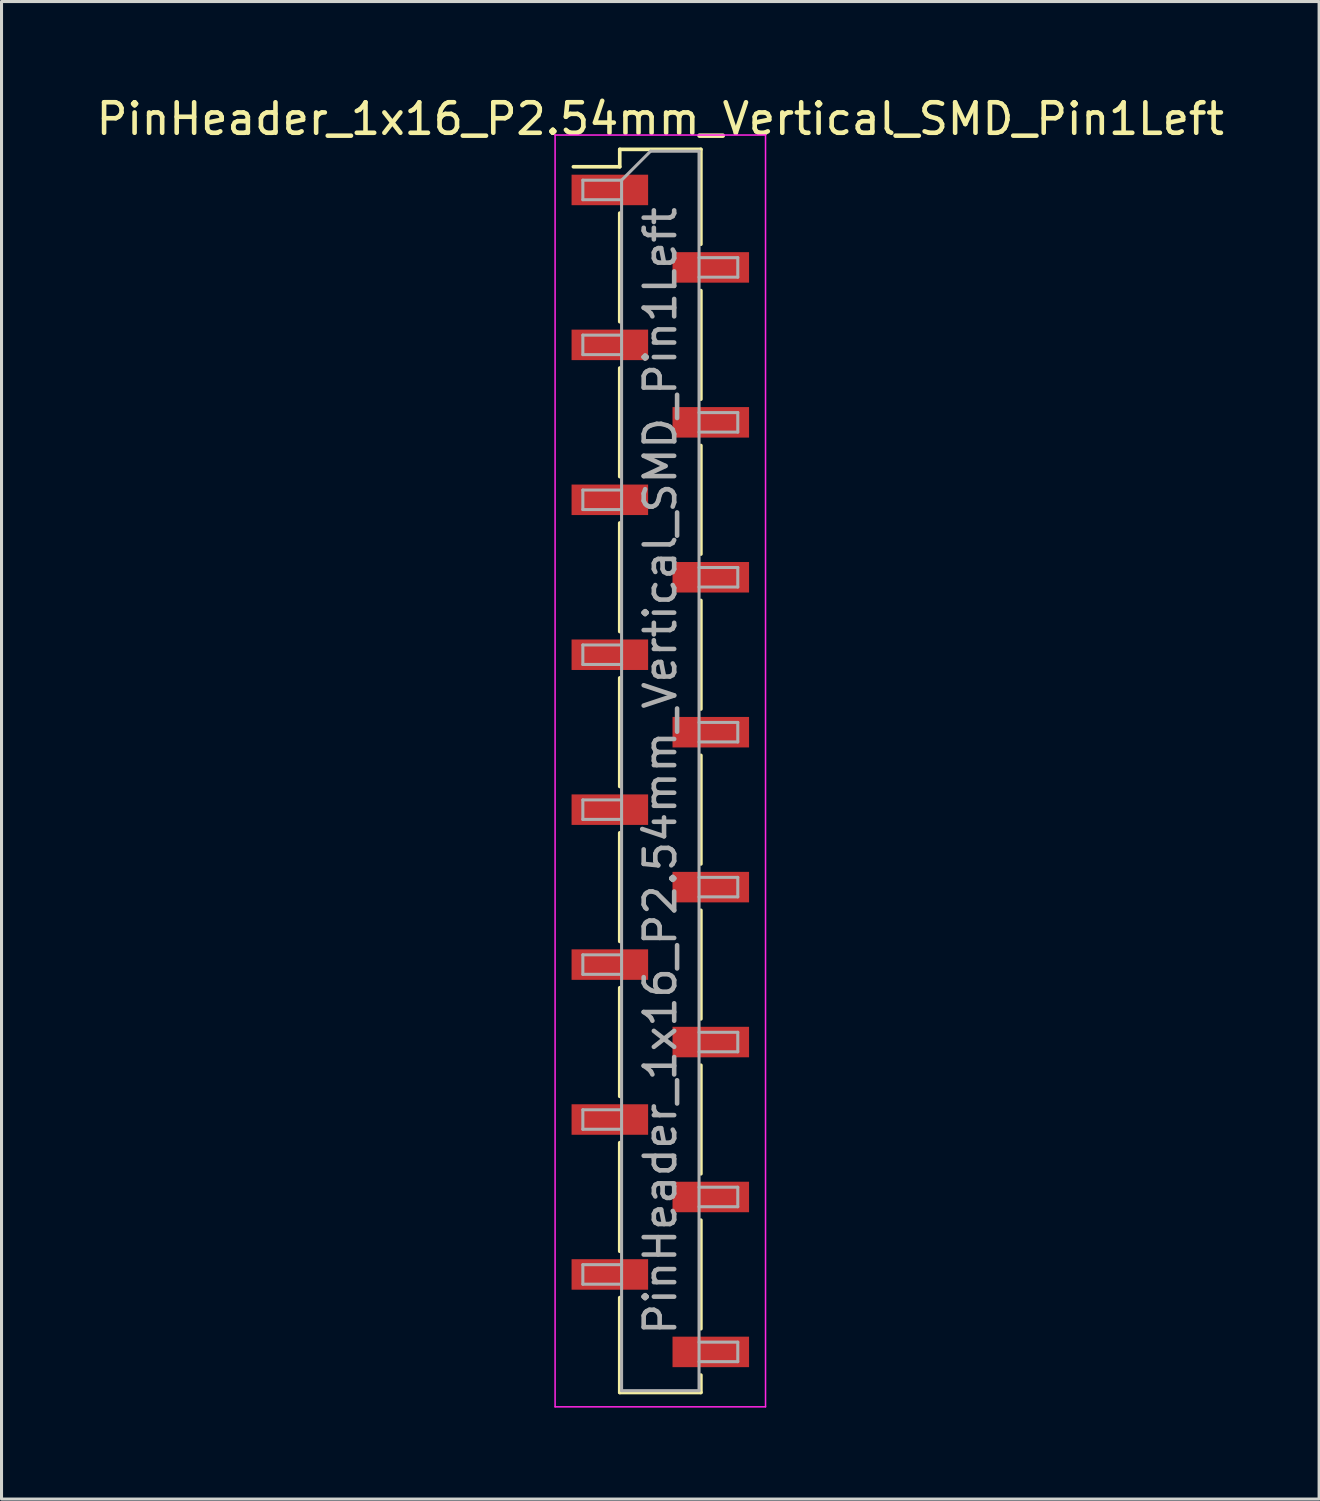
<source format=kicad_pcb>
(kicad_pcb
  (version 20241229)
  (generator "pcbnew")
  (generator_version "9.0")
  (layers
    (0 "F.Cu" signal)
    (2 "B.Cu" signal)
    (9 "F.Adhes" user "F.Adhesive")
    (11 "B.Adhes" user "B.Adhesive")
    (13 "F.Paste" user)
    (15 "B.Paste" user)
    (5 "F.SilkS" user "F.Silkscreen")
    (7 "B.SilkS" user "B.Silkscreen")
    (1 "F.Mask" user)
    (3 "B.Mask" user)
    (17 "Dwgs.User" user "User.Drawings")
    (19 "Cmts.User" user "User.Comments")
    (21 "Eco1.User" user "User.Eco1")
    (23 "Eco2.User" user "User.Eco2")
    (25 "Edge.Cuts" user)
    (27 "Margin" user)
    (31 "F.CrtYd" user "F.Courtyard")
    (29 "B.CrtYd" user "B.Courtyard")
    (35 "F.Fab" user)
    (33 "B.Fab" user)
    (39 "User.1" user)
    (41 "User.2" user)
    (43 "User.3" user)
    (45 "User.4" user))
  (footprint "PinHeader_1x16_P2.54mm_Vertical_SMD_Pin1Left"
    (layer "F.Cu")
    (at 18.601 22.228)
    (property "Reference" "PinHeader_1x16_P2.54mm_Vertical_SMD_Pin1Left" (at 0 -21.38 0) (layer "F.SilkS") (effects (font (size 1 1) (thickness 0.15))))
    (attr smd)
    (fp_line (start -1.33 -20.38) (end -1.33 -19.81) (stroke (width 0.12) (type solid)) (layer "F.SilkS"))
    (fp_line (start -1.33 -20.38) (end 1.33 -20.38) (stroke (width 0.12) (type solid)) (layer "F.SilkS"))
    (fp_line (start -1.33 -19.81) (end -2.85 -19.81) (stroke (width 0.12) (type solid)) (layer "F.SilkS"))
    (fp_line (start -1.33 -18.29) (end -1.33 -14.73) (stroke (width 0.12) (type solid)) (layer "F.SilkS"))
    (fp_line (start -1.33 -13.21) (end -1.33 -9.65) (stroke (width 0.12) (type solid)) (layer "F.SilkS"))
    (fp_line (start -1.33 -8.13) (end -1.33 -4.57) (stroke (width 0.12) (type solid)) (layer "F.SilkS"))
    (fp_line (start -1.33 -3.05) (end -1.33 0.51) (stroke (width 0.12) (type solid)) (layer "F.SilkS"))
    (fp_line (start -1.33 2.03) (end -1.33 5.59) (stroke (width 0.12) (type solid)) (layer "F.SilkS"))
    (fp_line (start -1.33 7.11) (end -1.33 10.67) (stroke (width 0.12) (type solid)) (layer "F.SilkS"))
    (fp_line (start -1.33 12.19) (end -1.33 15.75) (stroke (width 0.12) (type solid)) (layer "F.SilkS"))
    (fp_line (start -1.33 17.27) (end -1.33 20.38) (stroke (width 0.12) (type solid)) (layer "F.SilkS"))
    (fp_line (start -1.33 20.38) (end 1.33 20.38) (stroke (width 0.12) (type solid)) (layer "F.SilkS"))
    (fp_line (start 1.33 -20.38) (end 1.33 -17.27) (stroke (width 0.12) (type solid)) (layer "F.SilkS"))
    (fp_line (start 1.33 -15.75) (end 1.33 -12.19) (stroke (width 0.12) (type solid)) (layer "F.SilkS"))
    (fp_line (start 1.33 -10.67) (end 1.33 -7.11) (stroke (width 0.12) (type solid)) (layer "F.SilkS"))
    (fp_line (start 1.33 -5.59) (end 1.33 -2.03) (stroke (width 0.12) (type solid)) (layer "F.SilkS"))
    (fp_line (start 1.33 -0.51) (end 1.33 3.05) (stroke (width 0.12) (type solid)) (layer "F.SilkS"))
    (fp_line (start 1.33 4.57) (end 1.33 8.13) (stroke (width 0.12) (type solid)) (layer "F.SilkS"))
    (fp_line (start 1.33 9.65) (end 1.33 13.21) (stroke (width 0.12) (type solid)) (layer "F.SilkS"))
    (fp_line (start 1.33 14.73) (end 1.33 18.29) (stroke (width 0.12) (type solid)) (layer "F.SilkS"))
    (fp_line (start 1.33 19.81) (end 1.33 20.38) (stroke (width 0.12) (type solid)) (layer "F.SilkS"))
    (fp_line (start -3.45 -20.85) (end -3.45 20.85) (stroke (width 0.05) (type solid)) (layer "F.CrtYd"))
    (fp_line (start -3.45 20.85) (end 3.45 20.85) (stroke (width 0.05) (type solid)) (layer "F.CrtYd"))
    (fp_line (start 3.45 -20.85) (end -3.45 -20.85) (stroke (width 0.05) (type solid)) (layer "F.CrtYd"))
    (fp_line (start 3.45 20.85) (end 3.45 -20.85) (stroke (width 0.05) (type solid)) (layer "F.CrtYd"))
    (fp_line (start -2.54 -19.37) (end -2.54 -18.73) (stroke (width 0.1) (type solid)) (layer "F.Fab"))
    (fp_line (start -2.54 -18.73) (end -1.27 -18.73) (stroke (width 0.1) (type solid)) (layer "F.Fab"))
    (fp_line (start -2.54 -14.29) (end -2.54 -13.65) (stroke (width 0.1) (type solid)) (layer "F.Fab"))
    (fp_line (start -2.54 -13.65) (end -1.27 -13.65) (stroke (width 0.1) (type solid)) (layer "F.Fab"))
    (fp_line (start -2.54 -9.21) (end -2.54 -8.57) (stroke (width 0.1) (type solid)) (layer "F.Fab"))
    (fp_line (start -2.54 -8.57) (end -1.27 -8.57) (stroke (width 0.1) (type solid)) (layer "F.Fab"))
    (fp_line (start -2.54 -4.13) (end -2.54 -3.49) (stroke (width 0.1) (type solid)) (layer "F.Fab"))
    (fp_line (start -2.54 -3.49) (end -1.27 -3.49) (stroke (width 0.1) (type solid)) (layer "F.Fab"))
    (fp_line (start -2.54 0.95) (end -2.54 1.59) (stroke (width 0.1) (type solid)) (layer "F.Fab"))
    (fp_line (start -2.54 1.59) (end -1.27 1.59) (stroke (width 0.1) (type solid)) (layer "F.Fab"))
    (fp_line (start -2.54 6.03) (end -2.54 6.67) (stroke (width 0.1) (type solid)) (layer "F.Fab"))
    (fp_line (start -2.54 6.67) (end -1.27 6.67) (stroke (width 0.1) (type solid)) (layer "F.Fab"))
    (fp_line (start -2.54 11.11) (end -2.54 11.75) (stroke (width 0.1) (type solid)) (layer "F.Fab"))
    (fp_line (start -2.54 11.75) (end -1.27 11.75) (stroke (width 0.1) (type solid)) (layer "F.Fab"))
    (fp_line (start -2.54 16.19) (end -2.54 16.83) (stroke (width 0.1) (type solid)) (layer "F.Fab"))
    (fp_line (start -2.54 16.83) (end -1.27 16.83) (stroke (width 0.1) (type solid)) (layer "F.Fab"))
    (fp_line (start -1.27 -19.37) (end -2.54 -19.37) (stroke (width 0.1) (type solid)) (layer "F.Fab"))
    (fp_line (start -1.27 -19.37) (end -0.32 -20.32) (stroke (width 0.1) (type solid)) (layer "F.Fab"))
    (fp_line (start -1.27 -14.29) (end -2.54 -14.29) (stroke (width 0.1) (type solid)) (layer "F.Fab"))
    (fp_line (start -1.27 -9.21) (end -2.54 -9.21) (stroke (width 0.1) (type solid)) (layer "F.Fab"))
    (fp_line (start -1.27 -4.13) (end -2.54 -4.13) (stroke (width 0.1) (type solid)) (layer "F.Fab"))
    (fp_line (start -1.27 0.95) (end -2.54 0.95) (stroke (width 0.1) (type solid)) (layer "F.Fab"))
    (fp_line (start -1.27 6.03) (end -2.54 6.03) (stroke (width 0.1) (type solid)) (layer "F.Fab"))
    (fp_line (start -1.27 11.11) (end -2.54 11.11) (stroke (width 0.1) (type solid)) (layer "F.Fab"))
    (fp_line (start -1.27 16.19) (end -2.54 16.19) (stroke (width 0.1) (type solid)) (layer "F.Fab"))
    (fp_line (start -1.27 20.32) (end -1.27 -19.37) (stroke (width 0.1) (type solid)) (layer "F.Fab"))
    (fp_line (start -0.32 -20.32) (end 1.27 -20.32) (stroke (width 0.1) (type solid)) (layer "F.Fab"))
    (fp_line (start 1.27 -20.32) (end 1.27 20.32) (stroke (width 0.1) (type solid)) (layer "F.Fab"))
    (fp_line (start 1.27 -16.83) (end 2.54 -16.83) (stroke (width 0.1) (type solid)) (layer "F.Fab"))
    (fp_line (start 1.27 -11.75) (end 2.54 -11.75) (stroke (width 0.1) (type solid)) (layer "F.Fab"))
    (fp_line (start 1.27 -6.67) (end 2.54 -6.67) (stroke (width 0.1) (type solid)) (layer "F.Fab"))
    (fp_line (start 1.27 -1.59) (end 2.54 -1.59) (stroke (width 0.1) (type solid)) (layer "F.Fab"))
    (fp_line (start 1.27 3.49) (end 2.54 3.49) (stroke (width 0.1) (type solid)) (layer "F.Fab"))
    (fp_line (start 1.27 8.57) (end 2.54 8.57) (stroke (width 0.1) (type solid)) (layer "F.Fab"))
    (fp_line (start 1.27 13.65) (end 2.54 13.65) (stroke (width 0.1) (type solid)) (layer "F.Fab"))
    (fp_line (start 1.27 18.73) (end 2.54 18.73) (stroke (width 0.1) (type solid)) (layer "F.Fab"))
    (fp_line (start 1.27 20.32) (end -1.27 20.32) (stroke (width 0.1) (type solid)) (layer "F.Fab"))
    (fp_line (start 2.54 -16.83) (end 2.54 -16.19) (stroke (width 0.1) (type solid)) (layer "F.Fab"))
    (fp_line (start 2.54 -16.19) (end 1.27 -16.19) (stroke (width 0.1) (type solid)) (layer "F.Fab"))
    (fp_line (start 2.54 -11.75) (end 2.54 -11.11) (stroke (width 0.1) (type solid)) (layer "F.Fab"))
    (fp_line (start 2.54 -11.11) (end 1.27 -11.11) (stroke (width 0.1) (type solid)) (layer "F.Fab"))
    (fp_line (start 2.54 -6.67) (end 2.54 -6.03) (stroke (width 0.1) (type solid)) (layer "F.Fab"))
    (fp_line (start 2.54 -6.03) (end 1.27 -6.03) (stroke (width 0.1) (type solid)) (layer "F.Fab"))
    (fp_line (start 2.54 -1.59) (end 2.54 -0.95) (stroke (width 0.1) (type solid)) (layer "F.Fab"))
    (fp_line (start 2.54 -0.95) (end 1.27 -0.95) (stroke (width 0.1) (type solid)) (layer "F.Fab"))
    (fp_line (start 2.54 3.49) (end 2.54 4.13) (stroke (width 0.1) (type solid)) (layer "F.Fab"))
    (fp_line (start 2.54 4.13) (end 1.27 4.13) (stroke (width 0.1) (type solid)) (layer "F.Fab"))
    (fp_line (start 2.54 8.57) (end 2.54 9.21) (stroke (width 0.1) (type solid)) (layer "F.Fab"))
    (fp_line (start 2.54 9.21) (end 1.27 9.21) (stroke (width 0.1) (type solid)) (layer "F.Fab"))
    (fp_line (start 2.54 13.65) (end 2.54 14.29) (stroke (width 0.1) (type solid)) (layer "F.Fab"))
    (fp_line (start 2.54 14.29) (end 1.27 14.29) (stroke (width 0.1) (type solid)) (layer "F.Fab"))
    (fp_line (start 2.54 18.73) (end 2.54 19.37) (stroke (width 0.1) (type solid)) (layer "F.Fab"))
    (fp_line (start 2.54 19.37) (end 1.27 19.37) (stroke (width 0.1) (type solid)) (layer "F.Fab"))
    (fp_text user "${REFERENCE}" (at 0 0 90) (layer "F.Fab") (effects (font (size 1 1) (thickness 0.15))))
    (pad "1" smd rect (at -1.655 -19.05) (size 2.51 1) (layers "F.Cu" "F.Mask" "F.Paste"))
    (pad "2" smd rect (at 1.655 -16.51) (size 2.51 1) (layers "F.Cu" "F.Mask" "F.Paste"))
    (pad "3" smd rect (at -1.655 -13.97) (size 2.51 1) (layers "F.Cu" "F.Mask" "F.Paste"))
    (pad "4" smd rect (at 1.655 -11.43) (size 2.51 1) (layers "F.Cu" "F.Mask" "F.Paste"))
    (pad "5" smd rect (at -1.655 -8.89) (size 2.51 1) (layers "F.Cu" "F.Mask" "F.Paste"))
    (pad "6" smd rect (at 1.655 -6.35) (size 2.51 1) (layers "F.Cu" "F.Mask" "F.Paste"))
    (pad "7" smd rect (at -1.655 -3.81) (size 2.51 1) (layers "F.Cu" "F.Mask" "F.Paste"))
    (pad "8" smd rect (at 1.655 -1.27) (size 2.51 1) (layers "F.Cu" "F.Mask" "F.Paste"))
    (pad "9" smd rect (at -1.655 1.27) (size 2.51 1) (layers "F.Cu" "F.Mask" "F.Paste"))
    (pad "10" smd rect (at 1.655 3.81) (size 2.51 1) (layers "F.Cu" "F.Mask" "F.Paste"))
    (pad "11" smd rect (at -1.655 6.35) (size 2.51 1) (layers "F.Cu" "F.Mask" "F.Paste"))
    (pad "12" smd rect (at 1.655 8.89) (size 2.51 1) (layers "F.Cu" "F.Mask" "F.Paste"))
    (pad "13" smd rect (at -1.655 11.43) (size 2.51 1) (layers "F.Cu" "F.Mask" "F.Paste"))
    (pad "14" smd rect (at 1.655 13.97) (size 2.51 1) (layers "F.Cu" "F.Mask" "F.Paste"))
    (pad "15" smd rect (at -1.655 16.51) (size 2.51 1) (layers "F.Cu" "F.Mask" "F.Paste"))
    (pad "16" smd rect (at 1.655 19.05) (size 2.51 1) (layers "F.Cu" "F.Mask" "F.Paste")))
  (gr_rect
    (start -3 -3)
    (end 40.202 46.103)
    (stroke (width 0.1) (type default))
    (fill no)
    (layer "Edge.Cuts")))
</source>
